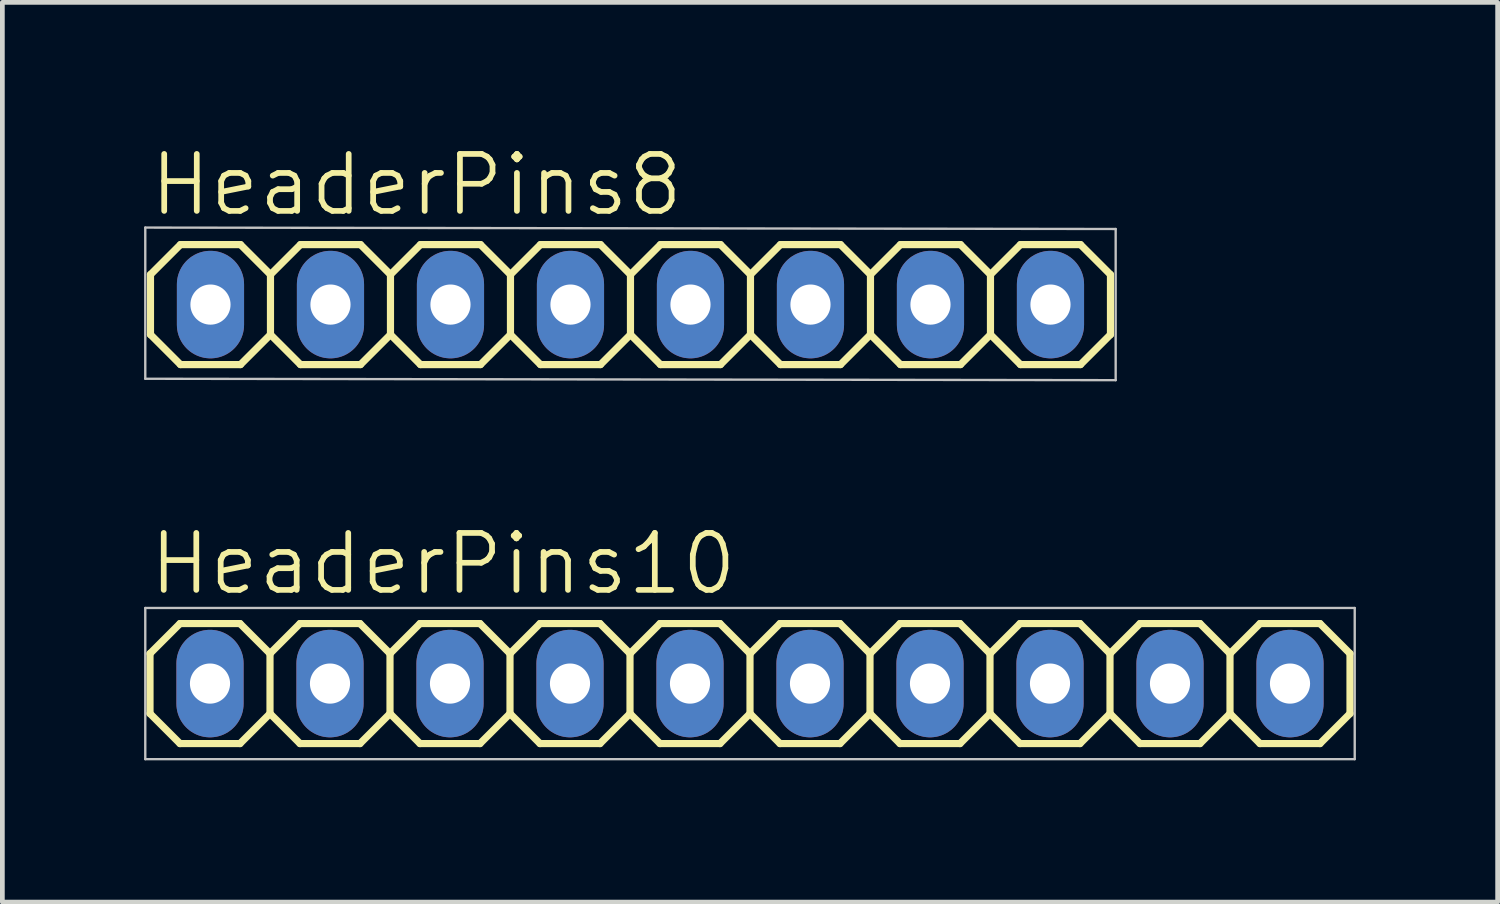
<source format=kicad_pcb>
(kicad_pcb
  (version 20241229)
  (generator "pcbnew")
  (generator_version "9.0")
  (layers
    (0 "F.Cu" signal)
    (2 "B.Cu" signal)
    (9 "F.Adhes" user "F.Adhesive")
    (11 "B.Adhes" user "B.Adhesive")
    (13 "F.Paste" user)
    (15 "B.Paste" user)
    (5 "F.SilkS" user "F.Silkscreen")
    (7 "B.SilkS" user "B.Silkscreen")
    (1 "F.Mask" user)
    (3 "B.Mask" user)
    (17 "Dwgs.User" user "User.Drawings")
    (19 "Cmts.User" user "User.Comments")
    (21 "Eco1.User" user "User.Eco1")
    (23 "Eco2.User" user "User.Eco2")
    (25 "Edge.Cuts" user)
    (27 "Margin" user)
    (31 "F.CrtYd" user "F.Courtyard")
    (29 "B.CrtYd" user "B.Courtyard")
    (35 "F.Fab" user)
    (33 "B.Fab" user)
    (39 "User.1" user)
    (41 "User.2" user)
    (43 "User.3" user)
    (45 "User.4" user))
  (footprint "HeaderPins8"
    (layer "F.Cu")
    (at 10.295 3.397)
    (property "Reference" "HeaderPins8" (at -10.236 -1.829 0) (layer "F.SilkS") (effects (font (size 1.206 1.206) (thickness 0.121)) (justify left bottom)))
    (attr through_hole)
    (fp_line (start -10.16 -0.635) (end -10.16 0.635) (stroke (width 0.152) (type solid)) (layer "F.SilkS"))
    (fp_line (start -10.16 0.635) (end -9.525 1.27) (stroke (width 0.152) (type solid)) (layer "F.SilkS"))
    (fp_line (start -9.525 -1.27) (end -10.16 -0.635) (stroke (width 0.152) (type solid)) (layer "F.SilkS"))
    (fp_line (start -9.525 -1.27) (end -8.255 -1.27) (stroke (width 0.152) (type solid)) (layer "F.SilkS"))
    (fp_line (start -8.255 -1.27) (end -7.62 -0.635) (stroke (width 0.152) (type solid)) (layer "F.SilkS"))
    (fp_line (start -8.255 1.27) (end -9.525 1.27) (stroke (width 0.152) (type solid)) (layer "F.SilkS"))
    (fp_line (start -7.62 -0.635) (end -7.62 0.635) (stroke (width 0.152) (type solid)) (layer "F.SilkS"))
    (fp_line (start -7.62 -0.635) (end -6.985 -1.27) (stroke (width 0.152) (type solid)) (layer "F.SilkS"))
    (fp_line (start -7.62 0.635) (end -8.255 1.27) (stroke (width 0.152) (type solid)) (layer "F.SilkS"))
    (fp_line (start -6.985 -1.27) (end -5.715 -1.27) (stroke (width 0.152) (type solid)) (layer "F.SilkS"))
    (fp_line (start -6.985 1.27) (end -7.62 0.635) (stroke (width 0.152) (type solid)) (layer "F.SilkS"))
    (fp_line (start -5.715 -1.27) (end -5.08 -0.635) (stroke (width 0.152) (type solid)) (layer "F.SilkS"))
    (fp_line (start -5.715 1.27) (end -6.985 1.27) (stroke (width 0.152) (type solid)) (layer "F.SilkS"))
    (fp_line (start -5.08 -0.635) (end -5.08 0.635) (stroke (width 0.152) (type solid)) (layer "F.SilkS"))
    (fp_line (start -5.08 -0.635) (end -4.445 -1.27) (stroke (width 0.152) (type solid)) (layer "F.SilkS"))
    (fp_line (start -5.08 0.635) (end -5.715 1.27) (stroke (width 0.152) (type solid)) (layer "F.SilkS"))
    (fp_line (start -4.445 -1.27) (end -3.175 -1.27) (stroke (width 0.152) (type solid)) (layer "F.SilkS"))
    (fp_line (start -4.445 1.27) (end -5.08 0.635) (stroke (width 0.152) (type solid)) (layer "F.SilkS"))
    (fp_line (start -3.175 -1.27) (end -2.54 -0.635) (stroke (width 0.152) (type solid)) (layer "F.SilkS"))
    (fp_line (start -3.175 1.27) (end -4.445 1.27) (stroke (width 0.152) (type solid)) (layer "F.SilkS"))
    (fp_line (start -2.54 -0.635) (end -2.54 0.635) (stroke (width 0.152) (type solid)) (layer "F.SilkS"))
    (fp_line (start -2.54 0.635) (end -3.175 1.27) (stroke (width 0.152) (type solid)) (layer "F.SilkS"))
    (fp_line (start -2.54 0.635) (end -1.905 1.27) (stroke (width 0.152) (type solid)) (layer "F.SilkS"))
    (fp_line (start -1.905 -1.27) (end -2.54 -0.635) (stroke (width 0.152) (type solid)) (layer "F.SilkS"))
    (fp_line (start -1.905 -1.27) (end -0.635 -1.27) (stroke (width 0.152) (type solid)) (layer "F.SilkS"))
    (fp_line (start -0.635 -1.27) (end 0 -0.635) (stroke (width 0.152) (type solid)) (layer "F.SilkS"))
    (fp_line (start -0.635 1.27) (end -1.905 1.27) (stroke (width 0.152) (type solid)) (layer "F.SilkS"))
    (fp_line (start 0 -0.635) (end 0 0.635) (stroke (width 0.152) (type solid)) (layer "F.SilkS"))
    (fp_line (start 0 -0.635) (end 0.635 -1.27) (stroke (width 0.152) (type solid)) (layer "F.SilkS"))
    (fp_line (start 0 0.635) (end -0.635 1.27) (stroke (width 0.152) (type solid)) (layer "F.SilkS"))
    (fp_line (start 0.635 -1.27) (end 1.905 -1.27) (stroke (width 0.152) (type solid)) (layer "F.SilkS"))
    (fp_line (start 0.635 1.27) (end 0 0.635) (stroke (width 0.152) (type solid)) (layer "F.SilkS"))
    (fp_line (start 1.905 -1.27) (end 2.54 -0.635) (stroke (width 0.152) (type solid)) (layer "F.SilkS"))
    (fp_line (start 1.905 1.27) (end 0.635 1.27) (stroke (width 0.152) (type solid)) (layer "F.SilkS"))
    (fp_line (start 2.54 -0.635) (end 2.54 0.635) (stroke (width 0.152) (type solid)) (layer "F.SilkS"))
    (fp_line (start 2.54 -0.635) (end 3.175 -1.27) (stroke (width 0.152) (type solid)) (layer "F.SilkS"))
    (fp_line (start 2.54 0.635) (end 1.905 1.27) (stroke (width 0.152) (type solid)) (layer "F.SilkS"))
    (fp_line (start 3.175 -1.27) (end 4.445 -1.27) (stroke (width 0.152) (type solid)) (layer "F.SilkS"))
    (fp_line (start 3.175 1.27) (end 2.54 0.635) (stroke (width 0.152) (type solid)) (layer "F.SilkS"))
    (fp_line (start 4.445 -1.27) (end 5.08 -0.635) (stroke (width 0.152) (type solid)) (layer "F.SilkS"))
    (fp_line (start 4.445 1.27) (end 3.175 1.27) (stroke (width 0.152) (type solid)) (layer "F.SilkS"))
    (fp_line (start 5.08 -0.635) (end 5.08 0.635) (stroke (width 0.152) (type solid)) (layer "F.SilkS"))
    (fp_line (start 5.08 0.635) (end 4.445 1.27) (stroke (width 0.152) (type solid)) (layer "F.SilkS"))
    (fp_line (start 5.08 0.635) (end 5.715 1.27) (stroke (width 0.152) (type solid)) (layer "F.SilkS"))
    (fp_line (start 5.715 -1.27) (end 5.08 -0.635) (stroke (width 0.152) (type solid)) (layer "F.SilkS"))
    (fp_line (start 5.715 -1.27) (end 6.985 -1.27) (stroke (width 0.152) (type solid)) (layer "F.SilkS"))
    (fp_line (start 6.985 -1.27) (end 7.62 -0.635) (stroke (width 0.152) (type solid)) (layer "F.SilkS"))
    (fp_line (start 6.985 1.27) (end 5.715 1.27) (stroke (width 0.152) (type solid)) (layer "F.SilkS"))
    (fp_line (start 7.62 -0.635) (end 7.62 0.635) (stroke (width 0.152) (type solid)) (layer "F.SilkS"))
    (fp_line (start 7.62 0.635) (end 6.985 1.27) (stroke (width 0.152) (type solid)) (layer "F.SilkS"))
    (fp_line (start 7.62 0.635) (end 8.255 1.27) (stroke (width 0.152) (type solid)) (layer "F.SilkS"))
    (fp_line (start 8.255 -1.27) (end 7.62 -0.635) (stroke (width 0.152) (type solid)) (layer "F.SilkS"))
    (fp_line (start 8.255 -1.27) (end 9.525 -1.27) (stroke (width 0.152) (type solid)) (layer "F.SilkS"))
    (fp_line (start 9.525 -1.27) (end 10.16 -0.635) (stroke (width 0.152) (type solid)) (layer "F.SilkS"))
    (fp_line (start 9.525 1.27) (end 8.255 1.27) (stroke (width 0.152) (type solid)) (layer "F.SilkS"))
    (fp_line (start 10.16 -0.635) (end 10.16 0.635) (stroke (width 0.152) (type solid)) (layer "F.SilkS"))
    (fp_line (start 10.16 0.635) (end 9.525 1.27) (stroke (width 0.152) (type solid)) (layer "F.SilkS"))
    (fp_line (start -10.27 -1.63) (end 10.27 -1.6) (stroke (width 0.05) (type solid)) (layer "Dwgs.User"))
    (fp_line (start -10.27 1.57) (end -10.27 -1.63) (stroke (width 0.05) (type solid)) (layer "Dwgs.User"))
    (fp_line (start 10.27 -1.6) (end 10.27 1.6) (stroke (width 0.05) (type solid)) (layer "Dwgs.User"))
    (fp_line (start 10.27 1.6) (end -10.27 1.57) (stroke (width 0.05) (type solid)) (layer "Dwgs.User"))
    (fp_poly (pts (xy -9.144 0.254) (xy -8.636 0.254) (xy -8.636 -0.254) (xy -9.144 -0.254)) (stroke (width 0.1) (type solid)) (fill no) (layer "F.Fab"))
    (fp_poly (pts (xy -6.604 0.254) (xy -6.096 0.254) (xy -6.096 -0.254) (xy -6.604 -0.254)) (stroke (width 0.1) (type solid)) (fill no) (layer "F.Fab"))
    (fp_poly (pts (xy -4.064 0.254) (xy -3.556 0.254) (xy -3.556 -0.254) (xy -4.064 -0.254)) (stroke (width 0.1) (type solid)) (fill no) (layer "F.Fab"))
    (fp_poly (pts (xy -1.524 0.254) (xy -1.016 0.254) (xy -1.016 -0.254) (xy -1.524 -0.254)) (stroke (width 0.1) (type solid)) (fill no) (layer "F.Fab"))
    (fp_poly (pts (xy 1.016 0.254) (xy 1.524 0.254) (xy 1.524 -0.254) (xy 1.016 -0.254)) (stroke (width 0.1) (type solid)) (fill no) (layer "F.Fab"))
    (fp_poly (pts (xy 3.556 0.254) (xy 4.064 0.254) (xy 4.064 -0.254) (xy 3.556 -0.254)) (stroke (width 0.1) (type solid)) (fill no) (layer "F.Fab"))
    (fp_poly (pts (xy 6.096 0.254) (xy 6.604 0.254) (xy 6.604 -0.254) (xy 6.096 -0.254)) (stroke (width 0.1) (type solid)) (fill no) (layer "F.Fab"))
    (fp_poly (pts (xy 8.636 0.254) (xy 9.144 0.254) (xy 9.144 -0.254) (xy 8.636 -0.254)) (stroke (width 0.1) (type solid)) (fill no) (layer "F.Fab"))
    (pad "1" thru_hole oval (at -8.89 0 90) (size 2.276 1.422) (drill 0.85) (layers "*.Cu" "*.Mask"))
    (pad "2" thru_hole oval (at -6.35 0 90) (size 2.276 1.422) (drill 0.85) (layers "*.Cu" "*.Mask"))
    (pad "3" thru_hole oval (at -3.81 0 90) (size 2.276 1.422) (drill 0.85) (layers "*.Cu" "*.Mask"))
    (pad "4" thru_hole oval (at -1.27 0 90) (size 2.276 1.422) (drill 0.85) (layers "*.Cu" "*.Mask"))
    (pad "5" thru_hole oval (at 1.27 0 90) (size 2.276 1.422) (drill 0.85) (layers "*.Cu" "*.Mask"))
    (pad "6" thru_hole oval (at 3.81 0 90) (size 2.276 1.422) (drill 0.85) (layers "*.Cu" "*.Mask"))
    (pad "7" thru_hole oval (at 6.35 0 90) (size 2.276 1.422) (drill 0.85) (layers "*.Cu" "*.Mask"))
    (pad "8" thru_hole oval (at 8.89 0 90) (size 2.276 1.422) (drill 0.85) (layers "*.Cu" "*.Mask")))
  (footprint "HeaderPins10"
    (layer "F.Cu")
    (at 12.825 11.419)
    (property "Reference" "HeaderPins10" (at -12.776 -1.829 0) (layer "F.SilkS") (effects (font (size 1.206 1.206) (thickness 0.121)) (justify left bottom)))
    (attr through_hole)
    (fp_line (start -12.7 -0.635) (end -12.7 0.635) (stroke (width 0.152) (type solid)) (layer "F.SilkS"))
    (fp_line (start -12.7 0.635) (end -12.065 1.27) (stroke (width 0.152) (type solid)) (layer "F.SilkS"))
    (fp_line (start -12.065 -1.27) (end -12.7 -0.635) (stroke (width 0.152) (type solid)) (layer "F.SilkS"))
    (fp_line (start -12.065 -1.27) (end -10.795 -1.27) (stroke (width 0.152) (type solid)) (layer "F.SilkS"))
    (fp_line (start -10.795 -1.27) (end -10.16 -0.635) (stroke (width 0.152) (type solid)) (layer "F.SilkS"))
    (fp_line (start -10.795 1.27) (end -12.065 1.27) (stroke (width 0.152) (type solid)) (layer "F.SilkS"))
    (fp_line (start -10.16 -0.635) (end -10.16 0.635) (stroke (width 0.152) (type solid)) (layer "F.SilkS"))
    (fp_line (start -10.16 -0.635) (end -9.525 -1.27) (stroke (width 0.152) (type solid)) (layer "F.SilkS"))
    (fp_line (start -10.16 0.635) (end -10.795 1.27) (stroke (width 0.152) (type solid)) (layer "F.SilkS"))
    (fp_line (start -9.525 -1.27) (end -8.255 -1.27) (stroke (width 0.152) (type solid)) (layer "F.SilkS"))
    (fp_line (start -9.525 1.27) (end -10.16 0.635) (stroke (width 0.152) (type solid)) (layer "F.SilkS"))
    (fp_line (start -8.255 -1.27) (end -7.62 -0.635) (stroke (width 0.152) (type solid)) (layer "F.SilkS"))
    (fp_line (start -8.255 1.27) (end -9.525 1.27) (stroke (width 0.152) (type solid)) (layer "F.SilkS"))
    (fp_line (start -7.62 -0.635) (end -7.62 0.635) (stroke (width 0.152) (type solid)) (layer "F.SilkS"))
    (fp_line (start -7.62 -0.635) (end -6.985 -1.27) (stroke (width 0.152) (type solid)) (layer "F.SilkS"))
    (fp_line (start -7.62 0.635) (end -8.255 1.27) (stroke (width 0.152) (type solid)) (layer "F.SilkS"))
    (fp_line (start -6.985 -1.27) (end -5.715 -1.27) (stroke (width 0.152) (type solid)) (layer "F.SilkS"))
    (fp_line (start -6.985 1.27) (end -7.62 0.635) (stroke (width 0.152) (type solid)) (layer "F.SilkS"))
    (fp_line (start -5.715 -1.27) (end -5.08 -0.635) (stroke (width 0.152) (type solid)) (layer "F.SilkS"))
    (fp_line (start -5.715 1.27) (end -6.985 1.27) (stroke (width 0.152) (type solid)) (layer "F.SilkS"))
    (fp_line (start -5.08 -0.635) (end -5.08 0.635) (stroke (width 0.152) (type solid)) (layer "F.SilkS"))
    (fp_line (start -5.08 0.635) (end -5.715 1.27) (stroke (width 0.152) (type solid)) (layer "F.SilkS"))
    (fp_line (start -5.08 0.635) (end -4.445 1.27) (stroke (width 0.152) (type solid)) (layer "F.SilkS"))
    (fp_line (start -4.445 -1.27) (end -5.08 -0.635) (stroke (width 0.152) (type solid)) (layer "F.SilkS"))
    (fp_line (start -4.445 -1.27) (end -3.175 -1.27) (stroke (width 0.152) (type solid)) (layer "F.SilkS"))
    (fp_line (start -3.175 -1.27) (end -2.54 -0.635) (stroke (width 0.152) (type solid)) (layer "F.SilkS"))
    (fp_line (start -3.175 1.27) (end -4.445 1.27) (stroke (width 0.152) (type solid)) (layer "F.SilkS"))
    (fp_line (start -2.54 -0.635) (end -2.54 0.635) (stroke (width 0.152) (type solid)) (layer "F.SilkS"))
    (fp_line (start -2.54 -0.635) (end -1.905 -1.27) (stroke (width 0.152) (type solid)) (layer "F.SilkS"))
    (fp_line (start -2.54 0.635) (end -3.175 1.27) (stroke (width 0.152) (type solid)) (layer "F.SilkS"))
    (fp_line (start -1.905 -1.27) (end -0.635 -1.27) (stroke (width 0.152) (type solid)) (layer "F.SilkS"))
    (fp_line (start -1.905 1.27) (end -2.54 0.635) (stroke (width 0.152) (type solid)) (layer "F.SilkS"))
    (fp_line (start -0.635 -1.27) (end 0 -0.635) (stroke (width 0.152) (type solid)) (layer "F.SilkS"))
    (fp_line (start -0.635 1.27) (end -1.905 1.27) (stroke (width 0.152) (type solid)) (layer "F.SilkS"))
    (fp_line (start 0 -0.635) (end 0 0.635) (stroke (width 0.152) (type solid)) (layer "F.SilkS"))
    (fp_line (start 0 -0.635) (end 0.635 -1.27) (stroke (width 0.152) (type solid)) (layer "F.SilkS"))
    (fp_line (start 0 0.635) (end -0.635 1.27) (stroke (width 0.152) (type solid)) (layer "F.SilkS"))
    (fp_line (start 0.635 -1.27) (end 1.905 -1.27) (stroke (width 0.152) (type solid)) (layer "F.SilkS"))
    (fp_line (start 0.635 1.27) (end 0 0.635) (stroke (width 0.152) (type solid)) (layer "F.SilkS"))
    (fp_line (start 1.905 -1.27) (end 2.54 -0.635) (stroke (width 0.152) (type solid)) (layer "F.SilkS"))
    (fp_line (start 1.905 1.27) (end 0.635 1.27) (stroke (width 0.152) (type solid)) (layer "F.SilkS"))
    (fp_line (start 2.54 -0.635) (end 2.54 0.635) (stroke (width 0.152) (type solid)) (layer "F.SilkS"))
    (fp_line (start 2.54 0.635) (end 1.905 1.27) (stroke (width 0.152) (type solid)) (layer "F.SilkS"))
    (fp_line (start 2.54 0.635) (end 3.175 1.27) (stroke (width 0.152) (type solid)) (layer "F.SilkS"))
    (fp_line (start 3.175 -1.27) (end 2.54 -0.635) (stroke (width 0.152) (type solid)) (layer "F.SilkS"))
    (fp_line (start 3.175 -1.27) (end 4.445 -1.27) (stroke (width 0.152) (type solid)) (layer "F.SilkS"))
    (fp_line (start 4.445 -1.27) (end 5.08 -0.635) (stroke (width 0.152) (type solid)) (layer "F.SilkS"))
    (fp_line (start 4.445 1.27) (end 3.175 1.27) (stroke (width 0.152) (type solid)) (layer "F.SilkS"))
    (fp_line (start 5.08 -0.635) (end 5.08 0.635) (stroke (width 0.152) (type solid)) (layer "F.SilkS"))
    (fp_line (start 5.08 -0.635) (end 5.715 -1.27) (stroke (width 0.152) (type solid)) (layer "F.SilkS"))
    (fp_line (start 5.08 0.635) (end 4.445 1.27) (stroke (width 0.152) (type solid)) (layer "F.SilkS"))
    (fp_line (start 5.715 -1.27) (end 6.985 -1.27) (stroke (width 0.152) (type solid)) (layer "F.SilkS"))
    (fp_line (start 5.715 1.27) (end 5.08 0.635) (stroke (width 0.152) (type solid)) (layer "F.SilkS"))
    (fp_line (start 6.985 -1.27) (end 7.62 -0.635) (stroke (width 0.152) (type solid)) (layer "F.SilkS"))
    (fp_line (start 6.985 1.27) (end 5.715 1.27) (stroke (width 0.152) (type solid)) (layer "F.SilkS"))
    (fp_line (start 7.62 -0.635) (end 7.62 0.635) (stroke (width 0.152) (type solid)) (layer "F.SilkS"))
    (fp_line (start 7.62 -0.635) (end 8.255 -1.27) (stroke (width 0.152) (type solid)) (layer "F.SilkS"))
    (fp_line (start 7.62 0.635) (end 6.985 1.27) (stroke (width 0.152) (type solid)) (layer "F.SilkS"))
    (fp_line (start 8.255 -1.27) (end 9.525 -1.27) (stroke (width 0.152) (type solid)) (layer "F.SilkS"))
    (fp_line (start 8.255 1.27) (end 7.62 0.635) (stroke (width 0.152) (type solid)) (layer "F.SilkS"))
    (fp_line (start 9.525 -1.27) (end 10.16 -0.635) (stroke (width 0.152) (type solid)) (layer "F.SilkS"))
    (fp_line (start 9.525 1.27) (end 8.255 1.27) (stroke (width 0.152) (type solid)) (layer "F.SilkS"))
    (fp_line (start 10.16 -0.635) (end 10.16 0.635) (stroke (width 0.152) (type solid)) (layer "F.SilkS"))
    (fp_line (start 10.16 0.635) (end 9.525 1.27) (stroke (width 0.152) (type solid)) (layer "F.SilkS"))
    (fp_line (start 10.16 0.635) (end 10.795 1.27) (stroke (width 0.152) (type solid)) (layer "F.SilkS"))
    (fp_line (start 10.795 -1.27) (end 10.16 -0.635) (stroke (width 0.152) (type solid)) (layer "F.SilkS"))
    (fp_line (start 10.795 -1.27) (end 12.065 -1.27) (stroke (width 0.152) (type solid)) (layer "F.SilkS"))
    (fp_line (start 12.065 -1.27) (end 12.7 -0.635) (stroke (width 0.152) (type solid)) (layer "F.SilkS"))
    (fp_line (start 12.065 1.27) (end 10.795 1.27) (stroke (width 0.152) (type solid)) (layer "F.SilkS"))
    (fp_line (start 12.7 -0.635) (end 12.7 0.635) (stroke (width 0.152) (type solid)) (layer "F.SilkS"))
    (fp_line (start 12.7 0.635) (end 12.065 1.27) (stroke (width 0.152) (type solid)) (layer "F.SilkS"))
    (fp_line (start -12.8 -1.6) (end 12.8 -1.6) (stroke (width 0.05) (type solid)) (layer "Dwgs.User"))
    (fp_line (start -12.8 1.6) (end -12.8 -1.6) (stroke (width 0.05) (type solid)) (layer "Dwgs.User"))
    (fp_line (start 12.8 -1.6) (end 12.8 1.6) (stroke (width 0.05) (type solid)) (layer "Dwgs.User"))
    (fp_line (start 12.8 1.6) (end -12.8 1.6) (stroke (width 0.05) (type solid)) (layer "Dwgs.User"))
    (fp_poly (pts (xy -11.684 0.254) (xy -11.176 0.254) (xy -11.176 -0.254) (xy -11.684 -0.254)) (stroke (width 0.1) (type solid)) (fill no) (layer "F.Fab"))
    (fp_poly (pts (xy -9.144 0.254) (xy -8.636 0.254) (xy -8.636 -0.254) (xy -9.144 -0.254)) (stroke (width 0.1) (type solid)) (fill no) (layer "F.Fab"))
    (fp_poly (pts (xy -6.604 0.254) (xy -6.096 0.254) (xy -6.096 -0.254) (xy -6.604 -0.254)) (stroke (width 0.1) (type solid)) (fill no) (layer "F.Fab"))
    (fp_poly (pts (xy -4.064 0.254) (xy -3.556 0.254) (xy -3.556 -0.254) (xy -4.064 -0.254)) (stroke (width 0.1) (type solid)) (fill no) (layer "F.Fab"))
    (fp_poly (pts (xy -1.524 0.254) (xy -1.016 0.254) (xy -1.016 -0.254) (xy -1.524 -0.254)) (stroke (width 0.1) (type solid)) (fill no) (layer "F.Fab"))
    (fp_poly (pts (xy 1.016 0.254) (xy 1.524 0.254) (xy 1.524 -0.254) (xy 1.016 -0.254)) (stroke (width 0.1) (type solid)) (fill no) (layer "F.Fab"))
    (fp_poly (pts (xy 3.556 0.254) (xy 4.064 0.254) (xy 4.064 -0.254) (xy 3.556 -0.254)) (stroke (width 0.1) (type solid)) (fill no) (layer "F.Fab"))
    (fp_poly (pts (xy 6.096 0.254) (xy 6.604 0.254) (xy 6.604 -0.254) (xy 6.096 -0.254)) (stroke (width 0.1) (type solid)) (fill no) (layer "F.Fab"))
    (fp_poly (pts (xy 8.636 0.254) (xy 9.144 0.254) (xy 9.144 -0.254) (xy 8.636 -0.254)) (stroke (width 0.1) (type solid)) (fill no) (layer "F.Fab"))
    (fp_poly (pts (xy 11.176 0.254) (xy 11.684 0.254) (xy 11.684 -0.254) (xy 11.176 -0.254)) (stroke (width 0.1) (type solid)) (fill no) (layer "F.Fab"))
    (pad "1" thru_hole oval (at -11.43 0 90) (size 2.276 1.422) (drill 0.85) (layers "*.Cu" "*.Mask"))
    (pad "2" thru_hole oval (at -8.89 0 90) (size 2.276 1.422) (drill 0.85) (layers "*.Cu" "*.Mask"))
    (pad "3" thru_hole oval (at -6.35 0 90) (size 2.276 1.422) (drill 0.85) (layers "*.Cu" "*.Mask"))
    (pad "4" thru_hole oval (at -3.81 0 90) (size 2.276 1.422) (drill 0.85) (layers "*.Cu" "*.Mask"))
    (pad "5" thru_hole oval (at -1.27 0 90) (size 2.276 1.422) (drill 0.85) (layers "*.Cu" "*.Mask"))
    (pad "6" thru_hole oval (at 1.27 0 90) (size 2.276 1.422) (drill 0.85) (layers "*.Cu" "*.Mask"))
    (pad "7" thru_hole oval (at 3.81 0 90) (size 2.276 1.422) (drill 0.85) (layers "*.Cu" "*.Mask"))
    (pad "8" thru_hole oval (at 6.35 0 90) (size 2.276 1.422) (drill 0.85) (layers "*.Cu" "*.Mask"))
    (pad "9" thru_hole oval (at 8.89 0 90) (size 2.276 1.422) (drill 0.85) (layers "*.Cu" "*.Mask"))
    (pad "10" thru_hole oval (at 11.43 0 90) (size 2.276 1.422) (drill 0.85) (layers "*.Cu" "*.Mask")))
  (gr_rect
    (start -3 -3)
    (end 28.65 16.044)
    (stroke (width 0.1) (type default))
    (fill no)
    (layer "Edge.Cuts")))
</source>
